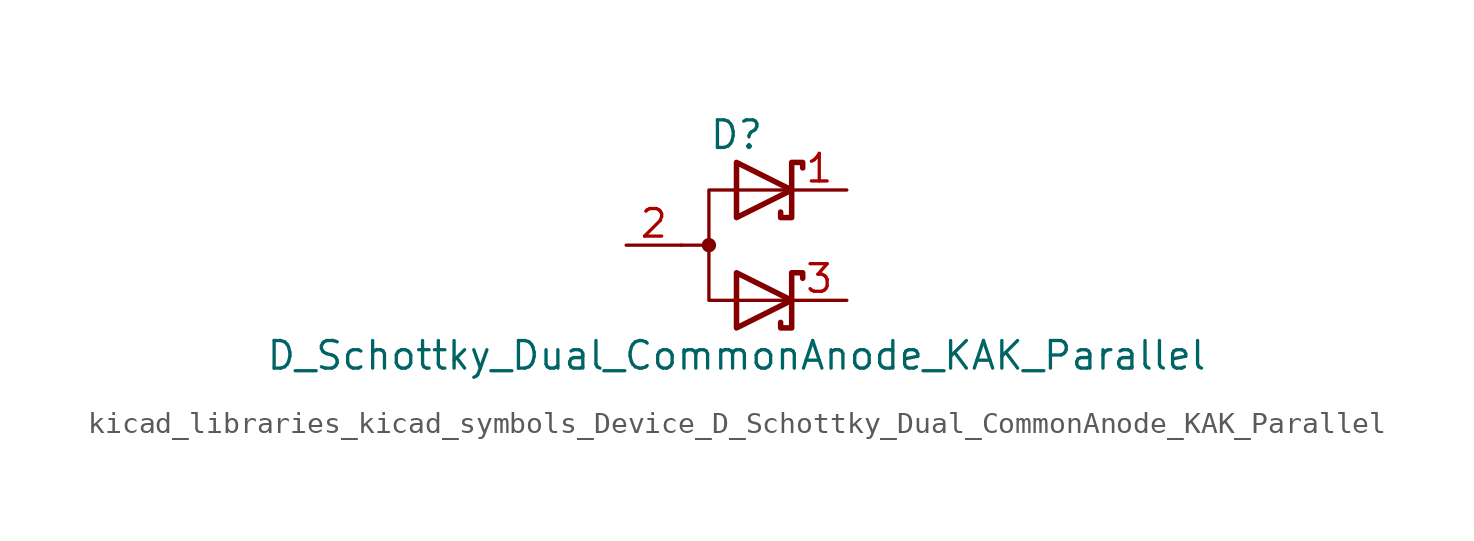
<source format=kicad_sym>
(kicad_symbol_lib
  (version 20220914)
  (generator kicad_symbol_editor)
  (symbol "kicad_libraries_kicad_symbols_Device_D_Schottky_Dual_CommonAnode_KAK_Parallel"
    (pin_names
      (offset 0.762) hide)
    (property "Reference" "D"
      (at 0 5.08 0)
      (effects (font (size 1.27 1.27))))
    (property "Value" "D_Schottky_Dual_CommonAnode_KAK_Parallel"
      (at 0 -5.08 0)
      (effects (font (size 1.27 1.27))))
    (symbol "kicad_libraries_kicad_symbols_Device_D_Schottky_Dual_CommonAnode_KAK_Parallel_0_1"
      (circle (center -1.27 0) (radius 0.254) (stroke (width 0) (type default)) (fill (type outline)))
      (polyline (pts (xy -1.27 0) (xy -2.54 0)) (stroke (width 0) (type default)) (fill (type none)))
      (polyline (pts (xy 2.54 2.54) (xy -1.27 2.54) (xy -1.27 -2.54) (xy 2.54 -2.54)) (stroke (width 0) (type default)) (fill (type none)))
      (polyline (pts (xy 0 -1.27) (xy 2.54 -2.54) (xy 0 -3.81) (xy 0 -1.27) (xy 0 -1.27) (xy 0 -1.27)) (stroke (width 0.254) (type default)) (fill (type none)))
      (polyline (pts (xy 0 3.81) (xy 2.54 2.54) (xy 0 1.27) (xy 0 3.81) (xy 0 3.81) (xy 0 3.81)) (stroke (width 0.254) (type default)) (fill (type none)))
      (polyline (pts (xy 3.048 -1.524) (xy 3.048 -1.27) (xy 2.54 -1.27) (xy 2.54 -3.81) (xy 2.032 -3.81) (xy 2.032 -3.556)) (stroke (width 0.254) (type default)) (fill (type none)))
      (polyline (pts (xy 3.048 3.556) (xy 3.048 3.81) (xy 2.54 3.81) (xy 2.54 1.27) (xy 2.032 1.27) (xy 2.032 1.524)) (stroke (width 0.254) (type default)) (fill (type none)))
      (pin passive line (at 5.08 2.54 180) (length 2.54) (name "K" (effects (font (size 1.27 1.27)))) (number "1" (effects (font (size 1.27 1.27)))))
      (pin passive line (at -5.08 0 0) (length 2.54) (name "A" (effects (font (size 1.27 1.27)))) (number "2" (effects (font (size 1.27 1.27)))))
      (pin passive line (at 5.08 -2.54 180) (length 2.54) (name "K" (effects (font (size 1.27 1.27)))) (number "3" (effects (font (size 1.27 1.27))))))))
</source>
